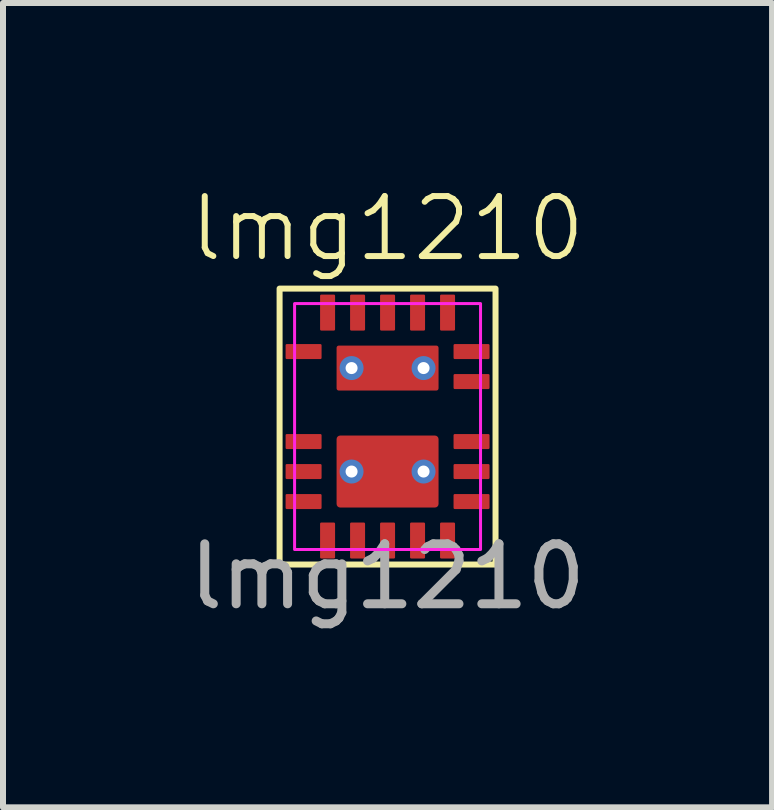
<source format=kicad_pcb>
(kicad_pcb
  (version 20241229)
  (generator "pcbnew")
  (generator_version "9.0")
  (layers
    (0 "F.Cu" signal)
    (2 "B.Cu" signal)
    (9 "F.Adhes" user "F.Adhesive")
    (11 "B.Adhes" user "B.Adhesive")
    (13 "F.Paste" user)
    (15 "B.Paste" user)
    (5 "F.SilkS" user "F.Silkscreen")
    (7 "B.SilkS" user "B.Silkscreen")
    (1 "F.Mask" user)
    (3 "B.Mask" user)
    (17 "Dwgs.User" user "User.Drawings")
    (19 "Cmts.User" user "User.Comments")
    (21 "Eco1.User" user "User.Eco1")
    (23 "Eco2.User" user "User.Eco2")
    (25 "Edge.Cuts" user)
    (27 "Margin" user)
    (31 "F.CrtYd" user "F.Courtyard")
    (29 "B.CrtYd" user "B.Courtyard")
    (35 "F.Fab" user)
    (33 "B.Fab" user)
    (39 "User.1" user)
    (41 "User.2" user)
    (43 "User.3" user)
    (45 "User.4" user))
  (footprint "lmg1210"
    (layer "F.Cu")
    (at 3.411 4.061)
    (property "Reference" "lmg1210" (at 0 -3.3 0) (unlocked yes) (layer "F.SilkS") (effects (font (size 1 1) (thickness 0.1))))
    (attr smd)
    (fp_rect (start -1.8 -2.3) (end 1.8 2.3) (stroke (width 0.1) (type default)) (fill no) (layer "F.SilkS"))
    (fp_rect (start -1.55 -2.05) (end 1.55 2.05) (stroke (width 0.05) (type default)) (fill no) (layer "F.CrtYd"))
    (fp_text user "${REFERENCE}" (at 0 2.5 0) (unlocked yes) (layer "F.Fab") (effects (font (size 1 1) (thickness 0.15))))
    (pad "1" smd roundrect (at -1 1.9 180) (size 0.25 0.6) (layers "F.Cu" "F.Mask" "F.Paste") (roundrect_rratio 0.08))
    (pad "2" smd roundrect (at -0.5 1.9 180) (size 0.25 0.6) (layers "F.Cu" "F.Mask" "F.Paste") (roundrect_rratio 0.08))
    (pad "3" smd roundrect (at 0 1.9 180) (size 0.25 0.6) (layers "F.Cu" "F.Mask" "F.Paste") (roundrect_rratio 0.08))
    (pad "4" smd roundrect (at 0.5 1.9 180) (size 0.25 0.6) (layers "F.Cu" "F.Mask" "F.Paste") (roundrect_rratio 0.08))
    (pad "5" smd roundrect (at 1 1.9 180) (size 0.25 0.6) (layers "F.Cu" "F.Mask" "F.Paste") (roundrect_rratio 0.08))
    (pad "6" smd roundrect (at 1.4 1.25 90) (size 0.25 0.6) (layers "F.Cu" "F.Mask" "F.Paste") (roundrect_rratio 0.08))
    (pad "7" smd roundrect (at 1.4 0.75 90) (size 0.25 0.6) (layers "F.Cu" "F.Mask" "F.Paste") (roundrect_rratio 0.08))
    (pad "8" smd roundrect (at 1.4 0.25 90) (size 0.25 0.6) (layers "F.Cu" "F.Mask" "F.Paste") (roundrect_rratio 0.08))
    (pad "9" smd roundrect (at 1.4 -0.75 90) (size 0.25 0.6) (layers "F.Cu" "F.Mask" "F.Paste") (roundrect_rratio 0.08))
    (pad "10" smd roundrect (at 1.4 -1.25 90) (size 0.25 0.6) (layers "F.Cu" "F.Mask" "F.Paste") (roundrect_rratio 0.08))
    (pad "11" smd roundrect (at 1 -1.9 180) (size 0.25 0.6) (layers "F.Cu" "F.Mask" "F.Paste") (roundrect_rratio 0.08))
    (pad "12" smd roundrect (at 0.5 -1.9 180) (size 0.25 0.6) (layers "F.Cu" "F.Mask" "F.Paste") (roundrect_rratio 0.08))
    (pad "13" smd roundrect (at 0 -1.9 180) (size 0.25 0.6) (layers "F.Cu" "F.Mask" "F.Paste") (roundrect_rratio 0.08))
    (pad "14" smd roundrect (at -0.5 -1.9 180) (size 0.25 0.6) (layers "F.Cu" "F.Mask" "F.Paste") (roundrect_rratio 0.08))
    (pad "15" smd roundrect (at -1 -1.9 180) (size 0.25 0.6) (layers "F.Cu" "F.Mask" "F.Paste") (roundrect_rratio 0.08))
    (pad "16" smd roundrect (at -1.4 -1.25 90) (size 0.25 0.6) (layers "F.Cu" "F.Mask" "F.Paste") (roundrect_rratio 0.08))
    (pad "17" smd roundrect (at -1.4 0.25 90) (size 0.25 0.6) (layers "F.Cu" "F.Mask" "F.Paste") (roundrect_rratio 0.08))
    (pad "18" smd roundrect (at -1.4 0.75 90) (size 0.25 0.6) (layers "F.Cu" "F.Mask" "F.Paste") (roundrect_rratio 0.08))
    (pad "19" smd roundrect (at -1.4 1.25 90) (size 0.25 0.6) (layers "F.Cu" "F.Mask" "F.Paste") (roundrect_rratio 0.08))
    (pad "20" thru_hole circle (at -0.6 0.75 90) (size 0.4 0.4) (drill 0.2) (layers "*.Cu" "*.Mask"))
    (pad "20" smd roundrect (at 0 0.75 90) (size 1.2 1.7) (layers "F.Cu" "F.Mask" "F.Paste") (roundrect_rratio 0.05))
    (pad "20" thru_hole circle (at 0.6 0.75 90) (size 0.4 0.4) (drill 0.2) (layers "*.Cu" "*.Mask"))
    (pad "21" thru_hole circle (at -0.6 -0.975 90) (size 0.4 0.4) (drill 0.2) (layers "*.Cu" "*.Mask"))
    (pad "21" smd roundrect (at 0 -0.975 90) (size 0.75 1.7) (layers "F.Cu" "F.Mask" "F.Paste") (roundrect_rratio 0.05))
    (pad "21" thru_hole circle (at 0.6 -0.975 90) (size 0.4 0.4) (drill 0.2) (layers "*.Cu" "*.Mask")))
  (gr_rect
    (start -3 -3)
    (end 9.821 10.409)
    (stroke (width 0.1) (type default))
    (fill no)
    (layer "Edge.Cuts")))
</source>
